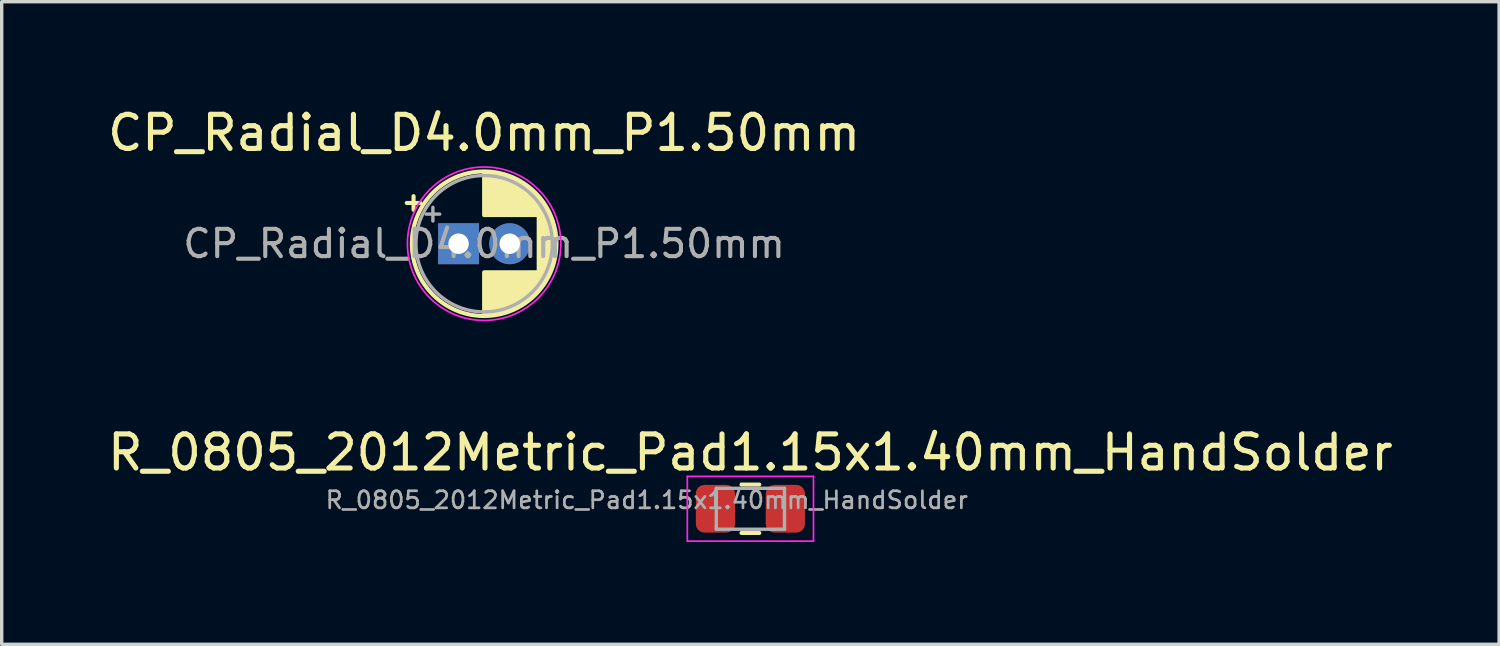
<source format=kicad_pcb>
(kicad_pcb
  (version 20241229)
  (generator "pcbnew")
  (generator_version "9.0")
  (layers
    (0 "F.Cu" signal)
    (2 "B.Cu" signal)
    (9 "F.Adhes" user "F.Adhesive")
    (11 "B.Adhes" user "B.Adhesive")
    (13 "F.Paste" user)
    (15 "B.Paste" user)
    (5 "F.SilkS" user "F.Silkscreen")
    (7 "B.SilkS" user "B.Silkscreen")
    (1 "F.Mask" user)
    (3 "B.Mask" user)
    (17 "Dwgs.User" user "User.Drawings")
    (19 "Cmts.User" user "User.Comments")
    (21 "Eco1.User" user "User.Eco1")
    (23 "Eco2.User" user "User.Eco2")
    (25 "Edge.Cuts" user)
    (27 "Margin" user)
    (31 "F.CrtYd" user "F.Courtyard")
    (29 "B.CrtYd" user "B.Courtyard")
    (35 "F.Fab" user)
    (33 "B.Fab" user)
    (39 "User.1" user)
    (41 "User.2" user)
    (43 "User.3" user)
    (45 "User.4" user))
  (footprint "R_0805_2012Metric_Pad1.15x1.40mm_HandSolder"
    (layer "F.Cu")
    (at 18.958 11.871)
    (property "Reference" "R_0805_2012Metric_Pad1.15x1.40mm_HandSolder" (at 0 -1.65 0) (layer "F.SilkS") (effects (font (size 1 1) (thickness 0.15))))
    (attr smd)
    (fp_line (start -0.261 -0.71) (end 0.261 -0.71) (stroke (width 0.12) (type solid)) (layer "F.SilkS"))
    (fp_line (start -0.261 0.71) (end 0.261 0.71) (stroke (width 0.12) (type solid)) (layer "F.SilkS"))
    (fp_line (start -1.85 -0.95) (end 1.85 -0.95) (stroke (width 0.05) (type solid)) (layer "F.CrtYd"))
    (fp_line (start -1.85 0.95) (end -1.85 -0.95) (stroke (width 0.05) (type solid)) (layer "F.CrtYd"))
    (fp_line (start 1.85 -0.95) (end 1.85 0.95) (stroke (width 0.05) (type solid)) (layer "F.CrtYd"))
    (fp_line (start 1.85 0.95) (end -1.85 0.95) (stroke (width 0.05) (type solid)) (layer "F.CrtYd"))
    (fp_line (start -1 -0.6) (end 1 -0.6) (stroke (width 0.1) (type solid)) (layer "F.Fab"))
    (fp_line (start -1 0.6) (end -1 -0.6) (stroke (width 0.1) (type solid)) (layer "F.Fab"))
    (fp_line (start 1 -0.6) (end 1 0.6) (stroke (width 0.1) (type solid)) (layer "F.Fab"))
    (fp_line (start 1 0.6) (end -1 0.6) (stroke (width 0.1) (type solid)) (layer "F.Fab"))
    (fp_text user "${REFERENCE}" (at -3.039 -0.254 0) (layer "F.Fab") (effects (font (size 0.5 0.5) (thickness 0.08))))
    (pad "1" smd roundrect (at -1.025 0) (size 1.15 1.4) (layers "F.Cu" "F.Mask" "F.Paste") (roundrect_rratio 0.217))
    (pad "2" smd roundrect (at 1.025 0) (size 1.15 1.4) (layers "F.Cu" "F.Mask" "F.Paste") (roundrect_rratio 0.217)))
  (footprint "CP_Radial_D4.0mm_P1.50mm"
    (layer "F.Cu")
    (at 10.399 4.098)
    (property "Reference" "CP_Radial_D4.0mm_P1.50mm" (at 0.75 -3.25 0) (layer "F.SilkS") (effects (font (size 1 1) (thickness 0.15))))
    (attr through_hole)
    (fp_line (start -1.52 -1.195) (end -1.12 -1.195) (stroke (width 0.12) (type solid)) (layer "F.SilkS"))
    (fp_line (start -1.32 -1.395) (end -1.32 -0.995) (stroke (width 0.12) (type solid)) (layer "F.SilkS"))
    (fp_line (start 0.75 -2.08) (end 0.75 -0.84) (stroke (width 0.12) (type solid)) (layer "F.SilkS"))
    (fp_line (start 0.75 0.84) (end 0.75 2.08) (stroke (width 0.12) (type solid)) (layer "F.SilkS"))
    (fp_line (start 0.79 -2.08) (end 0.79 -0.84) (stroke (width 0.12) (type solid)) (layer "F.SilkS"))
    (fp_line (start 0.79 0.84) (end 0.79 2.08) (stroke (width 0.12) (type solid)) (layer "F.SilkS"))
    (fp_line (start 0.83 -2.079) (end 0.83 -0.84) (stroke (width 0.12) (type solid)) (layer "F.SilkS"))
    (fp_line (start 0.83 0.84) (end 0.83 2.079) (stroke (width 0.12) (type solid)) (layer "F.SilkS"))
    (fp_line (start 0.87 -2.077) (end 0.87 -0.84) (stroke (width 0.12) (type solid)) (layer "F.SilkS"))
    (fp_line (start 0.87 0.84) (end 0.87 2.077) (stroke (width 0.12) (type solid)) (layer "F.SilkS"))
    (fp_line (start 0.91 -2.074) (end 0.91 -0.84) (stroke (width 0.12) (type solid)) (layer "F.SilkS"))
    (fp_line (start 0.91 0.84) (end 0.91 2.074) (stroke (width 0.12) (type solid)) (layer "F.SilkS"))
    (fp_line (start 0.95 -2.071) (end 0.95 -0.84) (stroke (width 0.12) (type solid)) (layer "F.SilkS"))
    (fp_line (start 0.95 0.84) (end 0.95 2.071) (stroke (width 0.12) (type solid)) (layer "F.SilkS"))
    (fp_line (start 0.99 -2.067) (end 0.99 -0.84) (stroke (width 0.12) (type solid)) (layer "F.SilkS"))
    (fp_line (start 0.99 0.84) (end 0.99 2.067) (stroke (width 0.12) (type solid)) (layer "F.SilkS"))
    (fp_line (start 1.03 -2.062) (end 1.03 -0.84) (stroke (width 0.12) (type solid)) (layer "F.SilkS"))
    (fp_line (start 1.03 0.84) (end 1.03 2.062) (stroke (width 0.12) (type solid)) (layer "F.SilkS"))
    (fp_line (start 1.07 -2.056) (end 1.07 -0.84) (stroke (width 0.12) (type solid)) (layer "F.SilkS"))
    (fp_line (start 1.07 0.84) (end 1.07 2.056) (stroke (width 0.12) (type solid)) (layer "F.SilkS"))
    (fp_line (start 1.11 -2.05) (end 1.11 -0.84) (stroke (width 0.12) (type solid)) (layer "F.SilkS"))
    (fp_line (start 1.11 0.84) (end 1.11 2.05) (stroke (width 0.12) (type solid)) (layer "F.SilkS"))
    (fp_line (start 1.15 -2.042) (end 1.15 -0.84) (stroke (width 0.12) (type solid)) (layer "F.SilkS"))
    (fp_line (start 1.15 0.84) (end 1.15 2.042) (stroke (width 0.12) (type solid)) (layer "F.SilkS"))
    (fp_line (start 1.19 -2.034) (end 1.19 -0.84) (stroke (width 0.12) (type solid)) (layer "F.SilkS"))
    (fp_line (start 1.19 0.84) (end 1.19 2.034) (stroke (width 0.12) (type solid)) (layer "F.SilkS"))
    (fp_line (start 1.23 -2.025) (end 1.23 -0.84) (stroke (width 0.12) (type solid)) (layer "F.SilkS"))
    (fp_line (start 1.23 0.84) (end 1.23 2.025) (stroke (width 0.12) (type solid)) (layer "F.SilkS"))
    (fp_line (start 1.27 -2.016) (end 1.27 -0.84) (stroke (width 0.12) (type solid)) (layer "F.SilkS"))
    (fp_line (start 1.27 0.84) (end 1.27 2.016) (stroke (width 0.12) (type solid)) (layer "F.SilkS"))
    (fp_line (start 1.31 -2.005) (end 1.31 -0.84) (stroke (width 0.12) (type solid)) (layer "F.SilkS"))
    (fp_line (start 1.31 0.84) (end 1.31 2.005) (stroke (width 0.12) (type solid)) (layer "F.SilkS"))
    (fp_line (start 1.35 -1.994) (end 1.35 -0.84) (stroke (width 0.12) (type solid)) (layer "F.SilkS"))
    (fp_line (start 1.35 0.84) (end 1.35 1.994) (stroke (width 0.12) (type solid)) (layer "F.SilkS"))
    (fp_line (start 1.39 -1.982) (end 1.39 -0.84) (stroke (width 0.12) (type solid)) (layer "F.SilkS"))
    (fp_line (start 1.39 0.84) (end 1.39 1.982) (stroke (width 0.12) (type solid)) (layer "F.SilkS"))
    (fp_line (start 1.43 -1.968) (end 1.43 -0.84) (stroke (width 0.12) (type solid)) (layer "F.SilkS"))
    (fp_line (start 1.43 0.84) (end 1.43 1.968) (stroke (width 0.12) (type solid)) (layer "F.SilkS"))
    (fp_line (start 1.471 -1.954) (end 1.471 -0.84) (stroke (width 0.12) (type solid)) (layer "F.SilkS"))
    (fp_line (start 1.471 0.84) (end 1.471 1.954) (stroke (width 0.12) (type solid)) (layer "F.SilkS"))
    (fp_line (start 1.511 -1.94) (end 1.511 -0.84) (stroke (width 0.12) (type solid)) (layer "F.SilkS"))
    (fp_line (start 1.511 0.84) (end 1.511 1.94) (stroke (width 0.12) (type solid)) (layer "F.SilkS"))
    (fp_line (start 1.551 -1.924) (end 1.551 -0.84) (stroke (width 0.12) (type solid)) (layer "F.SilkS"))
    (fp_line (start 1.551 0.84) (end 1.551 1.924) (stroke (width 0.12) (type solid)) (layer "F.SilkS"))
    (fp_line (start 1.591 -1.907) (end 1.591 -0.84) (stroke (width 0.12) (type solid)) (layer "F.SilkS"))
    (fp_line (start 1.591 0.84) (end 1.591 1.907) (stroke (width 0.12) (type solid)) (layer "F.SilkS"))
    (fp_line (start 1.631 -1.889) (end 1.631 -0.84) (stroke (width 0.12) (type solid)) (layer "F.SilkS"))
    (fp_line (start 1.631 0.84) (end 1.631 1.889) (stroke (width 0.12) (type solid)) (layer "F.SilkS"))
    (fp_line (start 1.671 -1.87) (end 1.671 -0.84) (stroke (width 0.12) (type solid)) (layer "F.SilkS"))
    (fp_line (start 1.671 0.84) (end 1.671 1.87) (stroke (width 0.12) (type solid)) (layer "F.SilkS"))
    (fp_line (start 1.711 -1.851) (end 1.711 -0.84) (stroke (width 0.12) (type solid)) (layer "F.SilkS"))
    (fp_line (start 1.711 0.84) (end 1.711 1.851) (stroke (width 0.12) (type solid)) (layer "F.SilkS"))
    (fp_line (start 1.751 -1.83) (end 1.751 -0.84) (stroke (width 0.12) (type solid)) (layer "F.SilkS"))
    (fp_line (start 1.751 0.84) (end 1.751 1.83) (stroke (width 0.12) (type solid)) (layer "F.SilkS"))
    (fp_line (start 1.791 -1.808) (end 1.791 -0.84) (stroke (width 0.12) (type solid)) (layer "F.SilkS"))
    (fp_line (start 1.791 0.84) (end 1.791 1.808) (stroke (width 0.12) (type solid)) (layer "F.SilkS"))
    (fp_line (start 1.831 -1.785) (end 1.831 -0.84) (stroke (width 0.12) (type solid)) (layer "F.SilkS"))
    (fp_line (start 1.831 0.84) (end 1.831 1.785) (stroke (width 0.12) (type solid)) (layer "F.SilkS"))
    (fp_line (start 1.871 -1.76) (end 1.871 -0.84) (stroke (width 0.12) (type solid)) (layer "F.SilkS"))
    (fp_line (start 1.871 0.84) (end 1.871 1.76) (stroke (width 0.12) (type solid)) (layer "F.SilkS"))
    (fp_line (start 1.911 -1.735) (end 1.911 -0.84) (stroke (width 0.12) (type solid)) (layer "F.SilkS"))
    (fp_line (start 1.911 0.84) (end 1.911 1.735) (stroke (width 0.12) (type solid)) (layer "F.SilkS"))
    (fp_line (start 1.951 -1.708) (end 1.951 -0.84) (stroke (width 0.12) (type solid)) (layer "F.SilkS"))
    (fp_line (start 1.951 0.84) (end 1.951 1.708) (stroke (width 0.12) (type solid)) (layer "F.SilkS"))
    (fp_line (start 1.991 -1.68) (end 1.991 -0.84) (stroke (width 0.12) (type solid)) (layer "F.SilkS"))
    (fp_line (start 1.991 0.84) (end 1.991 1.68) (stroke (width 0.12) (type solid)) (layer "F.SilkS"))
    (fp_line (start 2.031 -1.65) (end 2.031 -0.84) (stroke (width 0.12) (type solid)) (layer "F.SilkS"))
    (fp_line (start 2.031 0.84) (end 2.031 1.65) (stroke (width 0.12) (type solid)) (layer "F.SilkS"))
    (fp_line (start 2.071 -1.619) (end 2.071 -0.84) (stroke (width 0.12) (type solid)) (layer "F.SilkS"))
    (fp_line (start 2.071 0.84) (end 2.071 1.619) (stroke (width 0.12) (type solid)) (layer "F.SilkS"))
    (fp_line (start 2.111 -1.587) (end 2.111 -0.84) (stroke (width 0.12) (type solid)) (layer "F.SilkS"))
    (fp_line (start 2.111 0.84) (end 2.111 1.587) (stroke (width 0.12) (type solid)) (layer "F.SilkS"))
    (fp_line (start 2.151 -1.552) (end 2.151 -0.84) (stroke (width 0.12) (type solid)) (layer "F.SilkS"))
    (fp_line (start 2.151 0.84) (end 2.151 1.552) (stroke (width 0.12) (type solid)) (layer "F.SilkS"))
    (fp_line (start 2.191 -1.516) (end 2.191 -0.84) (stroke (width 0.12) (type solid)) (layer "F.SilkS"))
    (fp_line (start 2.191 0.84) (end 2.191 1.516) (stroke (width 0.12) (type solid)) (layer "F.SilkS"))
    (fp_line (start 2.231 -1.478) (end 2.231 -0.84) (stroke (width 0.12) (type solid)) (layer "F.SilkS"))
    (fp_line (start 2.231 0.84) (end 2.231 1.478) (stroke (width 0.12) (type solid)) (layer "F.SilkS"))
    (fp_line (start 2.271 -1.438) (end 2.271 -0.84) (stroke (width 0.12) (type solid)) (layer "F.SilkS"))
    (fp_line (start 2.271 0.84) (end 2.271 1.438) (stroke (width 0.12) (type solid)) (layer "F.SilkS"))
    (fp_line (start 2.311 -1.396) (end 2.311 -0.84) (stroke (width 0.12) (type solid)) (layer "F.SilkS"))
    (fp_line (start 2.311 0.84) (end 2.311 1.396) (stroke (width 0.12) (type solid)) (layer "F.SilkS"))
    (fp_line (start 2.351 -1.351) (end 2.351 1.351) (stroke (width 0.12) (type solid)) (layer "F.SilkS"))
    (fp_line (start 2.391 -1.304) (end 2.391 1.304) (stroke (width 0.12) (type solid)) (layer "F.SilkS"))
    (fp_line (start 2.431 -1.254) (end 2.431 1.254) (stroke (width 0.12) (type solid)) (layer "F.SilkS"))
    (fp_line (start 2.471 -1.2) (end 2.471 1.2) (stroke (width 0.12) (type solid)) (layer "F.SilkS"))
    (fp_line (start 2.511 -1.142) (end 2.511 1.142) (stroke (width 0.12) (type solid)) (layer "F.SilkS"))
    (fp_line (start 2.551 -1.08) (end 2.551 1.08) (stroke (width 0.12) (type solid)) (layer "F.SilkS"))
    (fp_line (start 2.591 -1.013) (end 2.591 1.013) (stroke (width 0.12) (type solid)) (layer "F.SilkS"))
    (fp_line (start 2.631 -0.94) (end 2.631 0.94) (stroke (width 0.12) (type solid)) (layer "F.SilkS"))
    (fp_line (start 2.671 -0.859) (end 2.671 0.859) (stroke (width 0.12) (type solid)) (layer "F.SilkS"))
    (fp_line (start 2.711 -0.768) (end 2.711 0.768) (stroke (width 0.12) (type solid)) (layer "F.SilkS"))
    (fp_line (start 2.751 -0.664) (end 2.751 0.664) (stroke (width 0.12) (type solid)) (layer "F.SilkS"))
    (fp_line (start 2.791 -0.537) (end 2.791 0.537) (stroke (width 0.12) (type solid)) (layer "F.SilkS"))
    (fp_line (start 2.831 -0.37) (end 2.831 0.37) (stroke (width 0.12) (type solid)) (layer "F.SilkS"))
    (fp_circle (center 0.75 0) (end 2.87 0) (stroke (width 0.12) (type solid)) (fill no) (layer "F.SilkS"))
    (fp_circle (center 0.75 0) (end 3 0) (stroke (width 0.05) (type solid)) (fill no) (layer "F.CrtYd"))
    (fp_line (start -0.953 -0.868) (end -0.553 -0.868) (stroke (width 0.1) (type solid)) (layer "F.Fab"))
    (fp_line (start -0.753 -1.067) (end -0.753 -0.667) (stroke (width 0.1) (type solid)) (layer "F.Fab"))
    (fp_circle (center 0.75 0) (end 2.75 0) (stroke (width 0.1) (type solid)) (fill no) (layer "F.Fab"))
    (fp_text user "${REFERENCE}" (at 0.75 0 0) (layer "F.Fab") (effects (font (size 0.8 0.8) (thickness 0.12))))
    (pad "1" thru_hole rect (at 0 0) (size 1.2 1.2) (drill 0.6) (layers "*.Cu" "*.Mask"))
    (pad "2" thru_hole circle (at 1.5 0) (size 1.2 1.2) (drill 0.6) (layers "*.Cu" "*.Mask")))
  (gr_rect
    (start -3 -3)
    (end 40.917 15.847)
    (stroke (width 0.1) (type default))
    (fill no)
    (layer "Edge.Cuts")))
</source>
